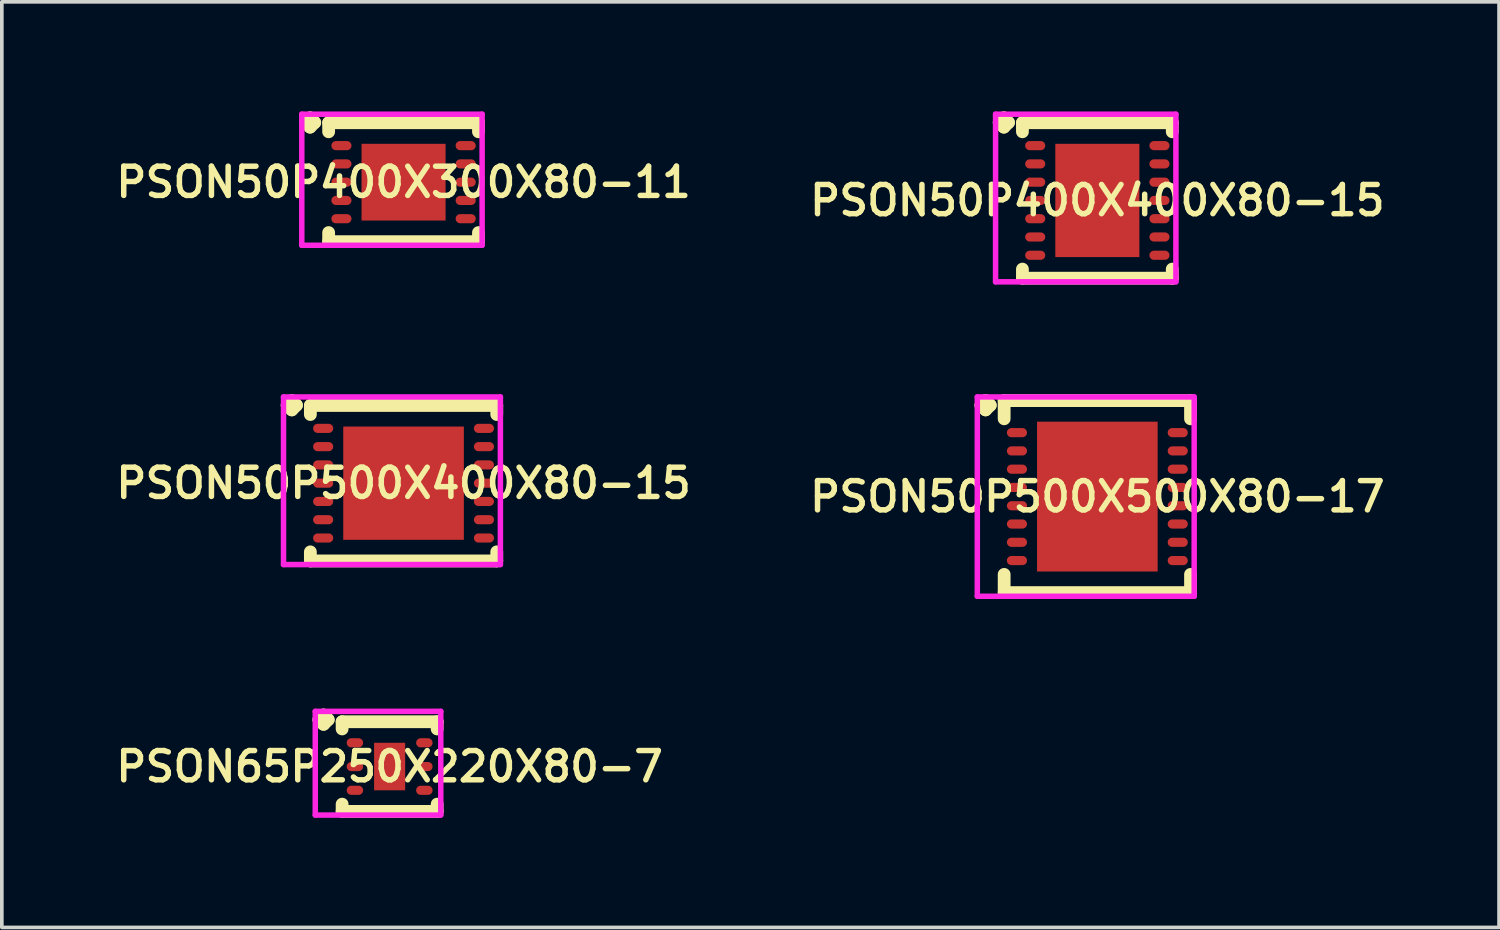
<source format=kicad_pcb>
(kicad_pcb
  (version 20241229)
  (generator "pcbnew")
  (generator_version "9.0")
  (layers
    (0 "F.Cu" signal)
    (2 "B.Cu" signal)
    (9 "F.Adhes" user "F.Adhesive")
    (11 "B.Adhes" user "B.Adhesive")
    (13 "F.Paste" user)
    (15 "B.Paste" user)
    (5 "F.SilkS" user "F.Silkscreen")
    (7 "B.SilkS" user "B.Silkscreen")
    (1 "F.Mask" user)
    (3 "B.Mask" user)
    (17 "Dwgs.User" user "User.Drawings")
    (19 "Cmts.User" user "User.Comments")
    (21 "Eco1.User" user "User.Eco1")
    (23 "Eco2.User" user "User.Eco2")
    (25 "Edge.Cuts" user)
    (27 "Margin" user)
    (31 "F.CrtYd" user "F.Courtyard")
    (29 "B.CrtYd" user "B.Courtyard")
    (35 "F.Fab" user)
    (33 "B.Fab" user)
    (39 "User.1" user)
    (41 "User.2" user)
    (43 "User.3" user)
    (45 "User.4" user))
  (footprint "PSON50P500X500X80-17"
    (layer "F.Cu")
    (at 26.978 10.539)
    (property "Reference" "PSON50P500X500X80-17" (at 0 0 0) (layer "F.SilkS") (effects (font (size 0.8 0.8) (thickness 0.15))))
    (attr smd)
    (fp_line (start -3.185 -2.5) (end -3.058 -2.627) (stroke (width 0.35) (type solid)) (layer "F.SilkS"))
    (fp_line (start -3.058 -2.627) (end -2.931 -2.5) (stroke (width 0.35) (type solid)) (layer "F.SilkS"))
    (fp_line (start -3.058 -2.373) (end -3.185 -2.5) (stroke (width 0.35) (type solid)) (layer "F.SilkS"))
    (fp_line (start -2.931 -2.5) (end -3.058 -2.373) (stroke (width 0.35) (type solid)) (layer "F.SilkS"))
    (fp_line (start -2.55 -2.627) (end 2.55 -2.627) (stroke (width 0.35) (type solid)) (layer "F.SilkS"))
    (fp_line (start -2.55 -2.129) (end -2.55 -2.627) (stroke (width 0.35) (type solid)) (layer "F.SilkS"))
    (fp_line (start -2.55 2.129) (end -2.55 2.627) (stroke (width 0.35) (type solid)) (layer "F.SilkS"))
    (fp_line (start -2.55 2.627) (end 2.55 2.627) (stroke (width 0.35) (type solid)) (layer "F.SilkS"))
    (fp_line (start 2.55 -2.627) (end 2.55 -2.129) (stroke (width 0.35) (type solid)) (layer "F.SilkS"))
    (fp_line (start 2.55 2.627) (end 2.55 2.129) (stroke (width 0.35) (type solid)) (layer "F.SilkS"))
    (fp_line (start -3.285 -2.727) (end 2.65 -2.727) (stroke (width 0.15) (type solid)) (layer "F.CrtYd"))
    (fp_line (start -3.285 2.727) (end -3.285 -2.727) (stroke (width 0.15) (type solid)) (layer "F.CrtYd"))
    (fp_line (start 2.65 -2.727) (end 2.65 2.727) (stroke (width 0.15) (type solid)) (layer "F.CrtYd"))
    (fp_line (start 2.65 2.727) (end -3.285 2.727) (stroke (width 0.15) (type solid)) (layer "F.CrtYd"))
    (pad "1" smd oval (at -2.2 -1.75) (size 0.55 0.25) (layers "F.Cu" "F.Mask" "F.Paste"))
    (pad "2" smd oval (at -2.2 -1.25) (size 0.55 0.25) (layers "F.Cu" "F.Mask" "F.Paste"))
    (pad "3" smd oval (at -2.2 -0.75) (size 0.55 0.25) (layers "F.Cu" "F.Mask" "F.Paste"))
    (pad "4" smd oval (at -2.2 -0.25) (size 0.55 0.25) (layers "F.Cu" "F.Mask" "F.Paste"))
    (pad "5" smd oval (at -2.2 0.25) (size 0.55 0.25) (layers "F.Cu" "F.Mask" "F.Paste"))
    (pad "6" smd oval (at -2.2 0.75) (size 0.55 0.25) (layers "F.Cu" "F.Mask" "F.Paste"))
    (pad "7" smd oval (at -2.2 1.25) (size 0.55 0.25) (layers "F.Cu" "F.Mask" "F.Paste"))
    (pad "8" smd oval (at -2.2 1.75) (size 0.55 0.25) (layers "F.Cu" "F.Mask" "F.Paste"))
    (pad "9" smd oval (at 2.2 1.75) (size 0.55 0.25) (layers "F.Cu" "F.Mask" "F.Paste"))
    (pad "10" smd oval (at 2.2 1.25) (size 0.55 0.25) (layers "F.Cu" "F.Mask" "F.Paste"))
    (pad "11" smd oval (at 2.2 0.75) (size 0.55 0.25) (layers "F.Cu" "F.Mask" "F.Paste"))
    (pad "12" smd oval (at 2.2 0.25) (size 0.55 0.25) (layers "F.Cu" "F.Mask" "F.Paste"))
    (pad "13" smd oval (at 2.2 -0.25) (size 0.55 0.25) (layers "F.Cu" "F.Mask" "F.Paste"))
    (pad "14" smd oval (at 2.2 -0.75) (size 0.55 0.25) (layers "F.Cu" "F.Mask" "F.Paste"))
    (pad "15" smd oval (at 2.2 -1.25) (size 0.55 0.25) (layers "F.Cu" "F.Mask" "F.Paste"))
    (pad "16" smd oval (at 2.2 -1.75) (size 0.55 0.25) (layers "F.Cu" "F.Mask" "F.Paste"))
    (pad "17" smd rect (at 0 0) (size 3.3 4.1) (layers "F.Cu" "F.Mask" "F.Paste")))
  (footprint "PSON65P250X220X80-7"
    (layer "F.Cu")
    (at 7.612 17.926)
    (property "Reference" "PSON65P250X220X80-7" (at 0 0 0) (layer "F.SilkS") (effects (font (size 0.8 0.8) (thickness 0.15))))
    (attr smd)
    (fp_line (start -1.935 -1.283) (end -1.808 -1.41) (stroke (width 0.35) (type solid)) (layer "F.SilkS"))
    (fp_line (start -1.808 -1.41) (end -1.681 -1.283) (stroke (width 0.35) (type solid)) (layer "F.SilkS"))
    (fp_line (start -1.808 -1.156) (end -1.935 -1.283) (stroke (width 0.35) (type solid)) (layer "F.SilkS"))
    (fp_line (start -1.681 -1.283) (end -1.808 -1.156) (stroke (width 0.35) (type solid)) (layer "F.SilkS"))
    (fp_line (start -1.3 -1.227) (end 1.3 -1.227) (stroke (width 0.35) (type solid)) (layer "F.SilkS"))
    (fp_line (start -1.3 -1.029) (end -1.3 -1.227) (stroke (width 0.35) (type solid)) (layer "F.SilkS"))
    (fp_line (start -1.3 1.029) (end -1.3 1.227) (stroke (width 0.35) (type solid)) (layer "F.SilkS"))
    (fp_line (start -1.3 1.227) (end 1.3 1.227) (stroke (width 0.35) (type solid)) (layer "F.SilkS"))
    (fp_line (start 1.3 -1.227) (end 1.3 -1.029) (stroke (width 0.35) (type solid)) (layer "F.SilkS"))
    (fp_line (start 1.3 1.227) (end 1.3 1.029) (stroke (width 0.35) (type solid)) (layer "F.SilkS"))
    (fp_line (start -2.035 -1.51) (end 1.4 -1.51) (stroke (width 0.15) (type solid)) (layer "F.CrtYd"))
    (fp_line (start -2.035 1.327) (end -2.035 -1.51) (stroke (width 0.15) (type solid)) (layer "F.CrtYd"))
    (fp_line (start 1.4 -1.51) (end 1.4 1.327) (stroke (width 0.15) (type solid)) (layer "F.CrtYd"))
    (fp_line (start 1.4 1.327) (end -2.035 1.327) (stroke (width 0.15) (type solid)) (layer "F.CrtYd"))
    (pad "1" smd oval (at -0.95 -0.65) (size 0.45 0.25) (layers "F.Cu" "F.Mask" "F.Paste"))
    (pad "2" smd oval (at -0.95 0) (size 0.45 0.25) (layers "F.Cu" "F.Mask" "F.Paste"))
    (pad "3" smd oval (at -0.95 0.65) (size 0.45 0.25) (layers "F.Cu" "F.Mask" "F.Paste"))
    (pad "4" smd oval (at 0.95 0.65) (size 0.45 0.25) (layers "F.Cu" "F.Mask" "F.Paste"))
    (pad "5" smd oval (at 0.95 0) (size 0.45 0.25) (layers "F.Cu" "F.Mask" "F.Paste"))
    (pad "6" smd oval (at 0.95 -0.65) (size 0.45 0.25) (layers "F.Cu" "F.Mask" "F.Paste"))
    (pad "7" smd rect (at 0 0) (size 0.85 1.3) (layers "F.Cu" "F.Mask" "F.Paste")))
  (footprint "PSON50P500X400X80-15"
    (layer "F.Cu")
    (at 7.993 10.172)
    (property "Reference" "PSON50P500X400X80-15" (at 0 0 0) (layer "F.SilkS") (effects (font (size 0.8 0.8) (thickness 0.15))))
    (attr smd)
    (fp_line (start -3.185 -2.133) (end -3.058 -2.26) (stroke (width 0.35) (type solid)) (layer "F.SilkS"))
    (fp_line (start -3.058 -2.26) (end -2.931 -2.133) (stroke (width 0.35) (type solid)) (layer "F.SilkS"))
    (fp_line (start -3.058 -2.006) (end -3.185 -2.133) (stroke (width 0.35) (type solid)) (layer "F.SilkS"))
    (fp_line (start -2.931 -2.133) (end -3.058 -2.006) (stroke (width 0.35) (type solid)) (layer "F.SilkS"))
    (fp_line (start -2.55 -2.127) (end 2.55 -2.127) (stroke (width 0.35) (type solid)) (layer "F.SilkS"))
    (fp_line (start -2.55 -1.879) (end -2.55 -2.127) (stroke (width 0.35) (type solid)) (layer "F.SilkS"))
    (fp_line (start -2.55 1.879) (end -2.55 2.127) (stroke (width 0.35) (type solid)) (layer "F.SilkS"))
    (fp_line (start -2.55 2.127) (end 2.55 2.127) (stroke (width 0.35) (type solid)) (layer "F.SilkS"))
    (fp_line (start 2.55 -2.127) (end 2.55 -1.879) (stroke (width 0.35) (type solid)) (layer "F.SilkS"))
    (fp_line (start 2.55 2.127) (end 2.55 1.879) (stroke (width 0.35) (type solid)) (layer "F.SilkS"))
    (fp_line (start -3.285 -2.36) (end 2.65 -2.36) (stroke (width 0.15) (type solid)) (layer "F.CrtYd"))
    (fp_line (start -3.285 2.227) (end -3.285 -2.36) (stroke (width 0.15) (type solid)) (layer "F.CrtYd"))
    (fp_line (start 2.65 -2.36) (end 2.65 2.227) (stroke (width 0.15) (type solid)) (layer "F.CrtYd"))
    (fp_line (start 2.65 2.227) (end -3.285 2.227) (stroke (width 0.15) (type solid)) (layer "F.CrtYd"))
    (pad "1" smd oval (at -2.2 -1.5) (size 0.55 0.25) (layers "F.Cu" "F.Mask" "F.Paste"))
    (pad "2" smd oval (at -2.2 -1) (size 0.55 0.25) (layers "F.Cu" "F.Mask" "F.Paste"))
    (pad "3" smd oval (at -2.2 -0.5) (size 0.55 0.25) (layers "F.Cu" "F.Mask" "F.Paste"))
    (pad "4" smd oval (at -2.2 0) (size 0.55 0.25) (layers "F.Cu" "F.Mask" "F.Paste"))
    (pad "5" smd oval (at -2.2 0.5) (size 0.55 0.25) (layers "F.Cu" "F.Mask" "F.Paste"))
    (pad "6" smd oval (at -2.2 1) (size 0.55 0.25) (layers "F.Cu" "F.Mask" "F.Paste"))
    (pad "7" smd oval (at -2.2 1.5) (size 0.55 0.25) (layers "F.Cu" "F.Mask" "F.Paste"))
    (pad "8" smd oval (at 2.2 1.5) (size 0.55 0.25) (layers "F.Cu" "F.Mask" "F.Paste"))
    (pad "9" smd oval (at 2.2 1) (size 0.55 0.25) (layers "F.Cu" "F.Mask" "F.Paste"))
    (pad "10" smd oval (at 2.2 0.5) (size 0.55 0.25) (layers "F.Cu" "F.Mask" "F.Paste"))
    (pad "11" smd oval (at 2.2 0) (size 0.55 0.25) (layers "F.Cu" "F.Mask" "F.Paste"))
    (pad "12" smd oval (at 2.2 -0.5) (size 0.55 0.25) (layers "F.Cu" "F.Mask" "F.Paste"))
    (pad "13" smd oval (at 2.2 -1) (size 0.55 0.25) (layers "F.Cu" "F.Mask" "F.Paste"))
    (pad "14" smd oval (at 2.2 -1.5) (size 0.55 0.25) (layers "F.Cu" "F.Mask" "F.Paste"))
    (pad "15" smd rect (at 0 0) (size 3.3 3.1) (layers "F.Cu" "F.Mask" "F.Paste")))
  (footprint "PSON50P400X400X80-15"
    (layer "F.Cu")
    (at 26.978 2.435)
    (property "Reference" "PSON50P400X400X80-15" (at 0 0 0) (layer "F.SilkS") (effects (font (size 0.8 0.8) (thickness 0.15))))
    (attr smd)
    (fp_line (start -2.685 -2.133) (end -2.558 -2.26) (stroke (width 0.35) (type solid)) (layer "F.SilkS"))
    (fp_line (start -2.558 -2.26) (end -2.431 -2.133) (stroke (width 0.35) (type solid)) (layer "F.SilkS"))
    (fp_line (start -2.558 -2.006) (end -2.685 -2.133) (stroke (width 0.35) (type solid)) (layer "F.SilkS"))
    (fp_line (start -2.431 -2.133) (end -2.558 -2.006) (stroke (width 0.35) (type solid)) (layer "F.SilkS"))
    (fp_line (start -2.05 -2.127) (end 2.05 -2.127) (stroke (width 0.35) (type solid)) (layer "F.SilkS"))
    (fp_line (start -2.05 -1.879) (end -2.05 -2.127) (stroke (width 0.35) (type solid)) (layer "F.SilkS"))
    (fp_line (start -2.05 1.879) (end -2.05 2.127) (stroke (width 0.35) (type solid)) (layer "F.SilkS"))
    (fp_line (start -2.05 2.127) (end 2.05 2.127) (stroke (width 0.35) (type solid)) (layer "F.SilkS"))
    (fp_line (start 2.05 -2.127) (end 2.05 -1.879) (stroke (width 0.35) (type solid)) (layer "F.SilkS"))
    (fp_line (start 2.05 2.127) (end 2.05 1.879) (stroke (width 0.35) (type solid)) (layer "F.SilkS"))
    (fp_line (start -2.785 -2.36) (end 2.15 -2.36) (stroke (width 0.15) (type solid)) (layer "F.CrtYd"))
    (fp_line (start -2.785 2.227) (end -2.785 -2.36) (stroke (width 0.15) (type solid)) (layer "F.CrtYd"))
    (fp_line (start 2.15 -2.36) (end 2.15 2.227) (stroke (width 0.15) (type solid)) (layer "F.CrtYd"))
    (fp_line (start 2.15 2.227) (end -2.785 2.227) (stroke (width 0.15) (type solid)) (layer "F.CrtYd"))
    (pad "1" smd oval (at -1.7 -1.5) (size 0.55 0.25) (layers "F.Cu" "F.Mask" "F.Paste"))
    (pad "2" smd oval (at -1.7 -1) (size 0.55 0.25) (layers "F.Cu" "F.Mask" "F.Paste"))
    (pad "3" smd oval (at -1.7 -0.5) (size 0.55 0.25) (layers "F.Cu" "F.Mask" "F.Paste"))
    (pad "4" smd oval (at -1.7 0) (size 0.55 0.25) (layers "F.Cu" "F.Mask" "F.Paste"))
    (pad "5" smd oval (at -1.7 0.5) (size 0.55 0.25) (layers "F.Cu" "F.Mask" "F.Paste"))
    (pad "6" smd oval (at -1.7 1) (size 0.55 0.25) (layers "F.Cu" "F.Mask" "F.Paste"))
    (pad "7" smd oval (at -1.7 1.5) (size 0.55 0.25) (layers "F.Cu" "F.Mask" "F.Paste"))
    (pad "8" smd oval (at 1.7 1.5) (size 0.55 0.25) (layers "F.Cu" "F.Mask" "F.Paste"))
    (pad "9" smd oval (at 1.7 1) (size 0.55 0.25) (layers "F.Cu" "F.Mask" "F.Paste"))
    (pad "10" smd oval (at 1.7 0.5) (size 0.55 0.25) (layers "F.Cu" "F.Mask" "F.Paste"))
    (pad "11" smd oval (at 1.7 0) (size 0.55 0.25) (layers "F.Cu" "F.Mask" "F.Paste"))
    (pad "12" smd oval (at 1.7 -0.5) (size 0.55 0.25) (layers "F.Cu" "F.Mask" "F.Paste"))
    (pad "13" smd oval (at 1.7 -1) (size 0.55 0.25) (layers "F.Cu" "F.Mask" "F.Paste"))
    (pad "14" smd oval (at 1.7 -1.5) (size 0.55 0.25) (layers "F.Cu" "F.Mask" "F.Paste"))
    (pad "15" smd rect (at 0 0) (size 2.3 3.1) (layers "F.Cu" "F.Mask" "F.Paste")))
  (footprint "PSON50P400X300X80-11"
    (layer "F.Cu")
    (at 7.993 1.935)
    (property "Reference" "PSON50P400X300X80-11" (at 0 0 0) (layer "F.SilkS") (effects (font (size 0.8 0.8) (thickness 0.15))))
    (attr smd)
    (fp_line (start -2.685 -1.633) (end -2.558 -1.76) (stroke (width 0.35) (type solid)) (layer "F.SilkS"))
    (fp_line (start -2.558 -1.76) (end -2.431 -1.633) (stroke (width 0.35) (type solid)) (layer "F.SilkS"))
    (fp_line (start -2.558 -1.506) (end -2.685 -1.633) (stroke (width 0.35) (type solid)) (layer "F.SilkS"))
    (fp_line (start -2.431 -1.633) (end -2.558 -1.506) (stroke (width 0.35) (type solid)) (layer "F.SilkS"))
    (fp_line (start -2.05 -1.627) (end 2.05 -1.627) (stroke (width 0.35) (type solid)) (layer "F.SilkS"))
    (fp_line (start -2.05 -1.379) (end -2.05 -1.627) (stroke (width 0.35) (type solid)) (layer "F.SilkS"))
    (fp_line (start -2.05 1.379) (end -2.05 1.627) (stroke (width 0.35) (type solid)) (layer "F.SilkS"))
    (fp_line (start -2.05 1.627) (end 2.05 1.627) (stroke (width 0.35) (type solid)) (layer "F.SilkS"))
    (fp_line (start 2.05 -1.627) (end 2.05 -1.379) (stroke (width 0.35) (type solid)) (layer "F.SilkS"))
    (fp_line (start 2.05 1.627) (end 2.05 1.379) (stroke (width 0.35) (type solid)) (layer "F.SilkS"))
    (fp_line (start -2.785 -1.86) (end 2.15 -1.86) (stroke (width 0.15) (type solid)) (layer "F.CrtYd"))
    (fp_line (start -2.785 1.727) (end -2.785 -1.86) (stroke (width 0.15) (type solid)) (layer "F.CrtYd"))
    (fp_line (start 2.15 -1.86) (end 2.15 1.727) (stroke (width 0.15) (type solid)) (layer "F.CrtYd"))
    (fp_line (start 2.15 1.727) (end -2.785 1.727) (stroke (width 0.15) (type solid)) (layer "F.CrtYd"))
    (pad "1" smd oval (at -1.7 -1) (size 0.55 0.25) (layers "F.Cu" "F.Mask" "F.Paste"))
    (pad "2" smd oval (at -1.7 -0.5) (size 0.55 0.25) (layers "F.Cu" "F.Mask" "F.Paste"))
    (pad "3" smd oval (at -1.7 0) (size 0.55 0.25) (layers "F.Cu" "F.Mask" "F.Paste"))
    (pad "4" smd oval (at -1.7 0.5) (size 0.55 0.25) (layers "F.Cu" "F.Mask" "F.Paste"))
    (pad "5" smd oval (at -1.7 1) (size 0.55 0.25) (layers "F.Cu" "F.Mask" "F.Paste"))
    (pad "6" smd oval (at 1.7 1) (size 0.55 0.25) (layers "F.Cu" "F.Mask" "F.Paste"))
    (pad "7" smd oval (at 1.7 0.5) (size 0.55 0.25) (layers "F.Cu" "F.Mask" "F.Paste"))
    (pad "8" smd oval (at 1.7 0) (size 0.55 0.25) (layers "F.Cu" "F.Mask" "F.Paste"))
    (pad "9" smd oval (at 1.7 -0.5) (size 0.55 0.25) (layers "F.Cu" "F.Mask" "F.Paste"))
    (pad "10" smd oval (at 1.7 -1) (size 0.55 0.25) (layers "F.Cu" "F.Mask" "F.Paste"))
    (pad "11" smd rect (at 0 0) (size 2.3 2.1) (layers "F.Cu" "F.Mask" "F.Paste")))
  (gr_rect
    (start -3 -3)
    (end 37.97 22.328)
    (stroke (width 0.1) (type default))
    (fill no)
    (layer "Edge.Cuts")))
</source>
